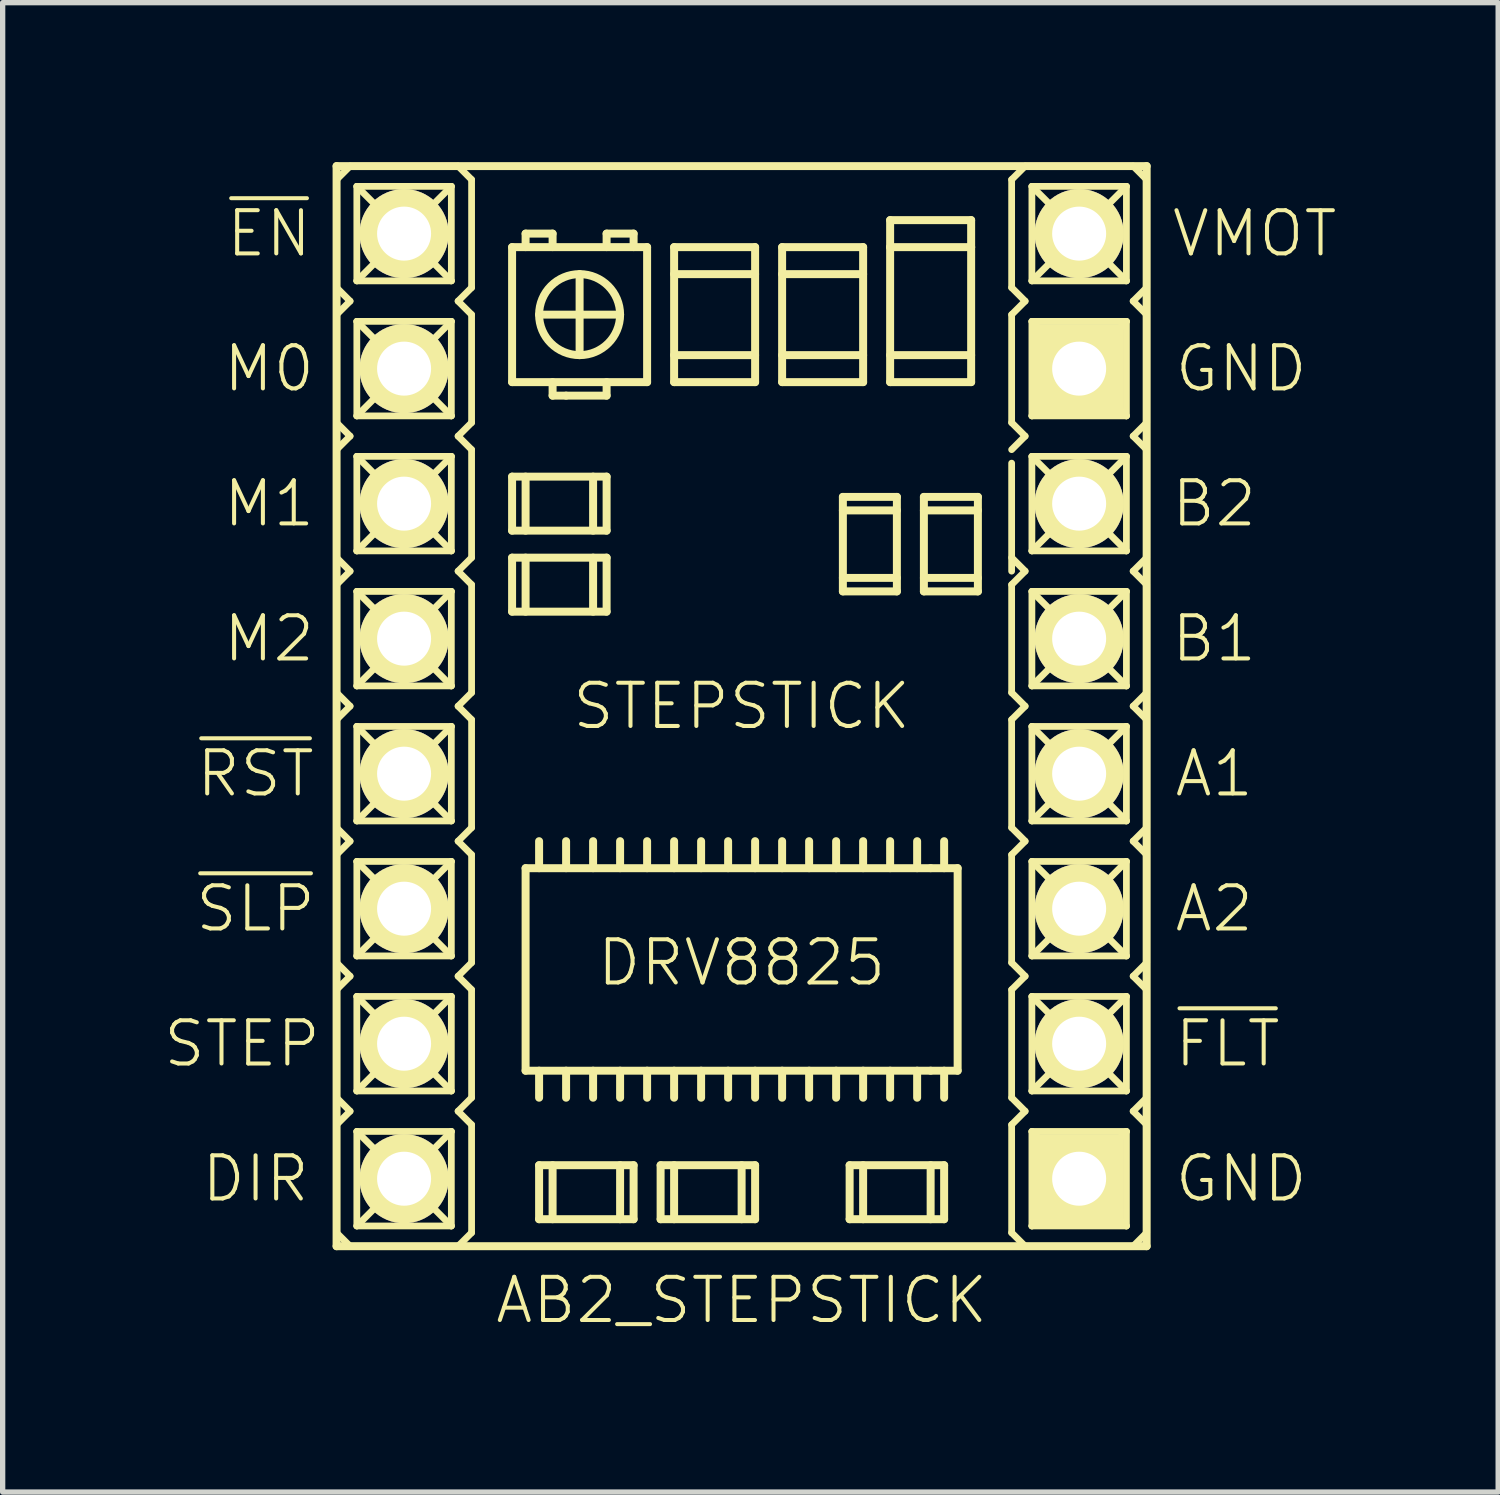
<source format=kicad_pcb>
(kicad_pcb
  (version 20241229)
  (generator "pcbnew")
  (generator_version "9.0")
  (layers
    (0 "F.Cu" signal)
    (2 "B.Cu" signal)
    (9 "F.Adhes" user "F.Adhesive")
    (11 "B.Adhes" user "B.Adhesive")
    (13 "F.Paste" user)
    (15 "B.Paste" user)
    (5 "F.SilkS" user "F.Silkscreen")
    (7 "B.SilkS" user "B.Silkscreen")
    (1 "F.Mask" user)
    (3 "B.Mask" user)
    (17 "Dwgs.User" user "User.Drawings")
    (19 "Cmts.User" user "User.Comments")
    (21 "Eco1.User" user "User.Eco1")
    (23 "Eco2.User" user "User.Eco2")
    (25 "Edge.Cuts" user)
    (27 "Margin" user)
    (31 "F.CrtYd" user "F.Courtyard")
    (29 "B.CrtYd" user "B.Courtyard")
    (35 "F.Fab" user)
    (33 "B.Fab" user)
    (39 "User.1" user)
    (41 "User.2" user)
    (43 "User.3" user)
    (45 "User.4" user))
  (footprint "AB2_STEPSTICK"
    (layer "F.Cu")
    (at 10.902 10.235)
    (property "Reference" "AB2_STEPSTICK" (at 0 11.176 0) (layer "F.SilkS") (effects (font (size 0.813 0.813) (thickness 0.076))))
    (attr through_hole)
    (fp_line (start -7.62 -10.16) (end 7.62 -10.16) (stroke (width 0.15) (type solid)) (layer "F.SilkS"))
    (fp_line (start -7.62 -9.906) (end -7.366 -10.16) (stroke (width 0.127) (type solid)) (layer "F.SilkS"))
    (fp_line (start -7.62 -7.874) (end -7.62 -9.906) (stroke (width 0.127) (type solid)) (layer "F.SilkS"))
    (fp_line (start -7.62 -7.366) (end -7.366 -7.62) (stroke (width 0.127) (type solid)) (layer "F.SilkS"))
    (fp_line (start -7.62 -5.334) (end -7.62 -7.366) (stroke (width 0.127) (type solid)) (layer "F.SilkS"))
    (fp_line (start -7.62 -4.826) (end -7.366 -5.08) (stroke (width 0.127) (type solid)) (layer "F.SilkS"))
    (fp_line (start -7.62 -2.794) (end -7.62 -4.826) (stroke (width 0.127) (type solid)) (layer "F.SilkS"))
    (fp_line (start -7.62 -2.286) (end -7.366 -2.54) (stroke (width 0.127) (type solid)) (layer "F.SilkS"))
    (fp_line (start -7.62 -0.254) (end -7.62 -2.286) (stroke (width 0.127) (type solid)) (layer "F.SilkS"))
    (fp_line (start -7.62 0.254) (end -7.366 0) (stroke (width 0.127) (type solid)) (layer "F.SilkS"))
    (fp_line (start -7.62 2.286) (end -7.62 0.254) (stroke (width 0.127) (type solid)) (layer "F.SilkS"))
    (fp_line (start -7.62 2.794) (end -7.366 2.54) (stroke (width 0.127) (type solid)) (layer "F.SilkS"))
    (fp_line (start -7.62 4.826) (end -7.62 2.794) (stroke (width 0.127) (type solid)) (layer "F.SilkS"))
    (fp_line (start -7.62 5.334) (end -7.366 5.08) (stroke (width 0.127) (type solid)) (layer "F.SilkS"))
    (fp_line (start -7.62 7.366) (end -7.62 5.334) (stroke (width 0.127) (type solid)) (layer "F.SilkS"))
    (fp_line (start -7.62 7.874) (end -7.366 7.62) (stroke (width 0.127) (type solid)) (layer "F.SilkS"))
    (fp_line (start -7.62 9.906) (end -7.62 7.874) (stroke (width 0.127) (type solid)) (layer "F.SilkS"))
    (fp_line (start -7.62 10.16) (end -7.62 -10.16) (stroke (width 0.15) (type solid)) (layer "F.SilkS"))
    (fp_line (start -7.366 -10.16) (end -5.334 -10.16) (stroke (width 0.127) (type solid)) (layer "F.SilkS"))
    (fp_line (start -7.366 -7.62) (end -7.62 -7.874) (stroke (width 0.127) (type solid)) (layer "F.SilkS"))
    (fp_line (start -7.366 -5.08) (end -7.62 -5.334) (stroke (width 0.127) (type solid)) (layer "F.SilkS"))
    (fp_line (start -7.366 -2.54) (end -7.62 -2.794) (stroke (width 0.127) (type solid)) (layer "F.SilkS"))
    (fp_line (start -7.366 0) (end -7.62 -0.254) (stroke (width 0.127) (type solid)) (layer "F.SilkS"))
    (fp_line (start -7.366 2.54) (end -7.62 2.286) (stroke (width 0.127) (type solid)) (layer "F.SilkS"))
    (fp_line (start -7.366 5.08) (end -7.62 4.826) (stroke (width 0.127) (type solid)) (layer "F.SilkS"))
    (fp_line (start -7.366 7.62) (end -7.62 7.366) (stroke (width 0.127) (type solid)) (layer "F.SilkS"))
    (fp_line (start -7.366 10.16) (end -7.62 9.906) (stroke (width 0.127) (type solid)) (layer "F.SilkS"))
    (fp_line (start -7.366 10.16) (end -5.334 10.16) (stroke (width 0.127) (type solid)) (layer "F.SilkS"))
    (fp_line (start -7.239 -9.779) (end -5.461 -9.779) (stroke (width 0.127) (type solid)) (layer "F.SilkS"))
    (fp_line (start -7.239 -8.001) (end -7.239 -9.779) (stroke (width 0.127) (type solid)) (layer "F.SilkS"))
    (fp_line (start -7.239 -7.239) (end -5.461 -7.239) (stroke (width 0.127) (type solid)) (layer "F.SilkS"))
    (fp_line (start -7.239 -5.461) (end -7.239 -7.239) (stroke (width 0.127) (type solid)) (layer "F.SilkS"))
    (fp_line (start -7.239 -4.699) (end -5.461 -4.699) (stroke (width 0.127) (type solid)) (layer "F.SilkS"))
    (fp_line (start -7.239 -2.921) (end -7.239 -4.699) (stroke (width 0.127) (type solid)) (layer "F.SilkS"))
    (fp_line (start -7.239 -2.159) (end -5.461 -2.159) (stroke (width 0.127) (type solid)) (layer "F.SilkS"))
    (fp_line (start -7.239 -0.381) (end -7.239 -2.159) (stroke (width 0.127) (type solid)) (layer "F.SilkS"))
    (fp_line (start -7.239 0.381) (end -5.461 0.381) (stroke (width 0.127) (type solid)) (layer "F.SilkS"))
    (fp_line (start -7.239 2.159) (end -7.239 0.381) (stroke (width 0.127) (type solid)) (layer "F.SilkS"))
    (fp_line (start -7.239 2.921) (end -5.461 2.921) (stroke (width 0.127) (type solid)) (layer "F.SilkS"))
    (fp_line (start -7.239 4.699) (end -7.239 2.921) (stroke (width 0.127) (type solid)) (layer "F.SilkS"))
    (fp_line (start -7.239 5.461) (end -5.461 5.461) (stroke (width 0.127) (type solid)) (layer "F.SilkS"))
    (fp_line (start -7.239 7.239) (end -7.239 5.461) (stroke (width 0.127) (type solid)) (layer "F.SilkS"))
    (fp_line (start -7.239 8.001) (end -5.461 8.001) (stroke (width 0.127) (type solid)) (layer "F.SilkS"))
    (fp_line (start -7.239 9.779) (end -7.239 8.001) (stroke (width 0.127) (type solid)) (layer "F.SilkS"))
    (fp_line (start -6.858 -9.398) (end -7.239 -9.779) (stroke (width 0.127) (type solid)) (layer "F.SilkS"))
    (fp_line (start -6.858 -9.398) (end -5.842 -9.398) (stroke (width 0.127) (type solid)) (layer "F.SilkS"))
    (fp_line (start -6.858 -8.382) (end -7.239 -8.001) (stroke (width 0.127) (type solid)) (layer "F.SilkS"))
    (fp_line (start -6.858 -8.382) (end -6.858 -9.398) (stroke (width 0.127) (type solid)) (layer "F.SilkS"))
    (fp_line (start -6.858 -6.858) (end -7.239 -7.239) (stroke (width 0.127) (type solid)) (layer "F.SilkS"))
    (fp_line (start -6.858 -6.858) (end -5.842 -6.858) (stroke (width 0.127) (type solid)) (layer "F.SilkS"))
    (fp_line (start -6.858 -5.842) (end -7.239 -5.461) (stroke (width 0.127) (type solid)) (layer "F.SilkS"))
    (fp_line (start -6.858 -5.842) (end -6.858 -6.858) (stroke (width 0.127) (type solid)) (layer "F.SilkS"))
    (fp_line (start -6.858 -4.318) (end -7.239 -4.699) (stroke (width 0.127) (type solid)) (layer "F.SilkS"))
    (fp_line (start -6.858 -4.318) (end -5.842 -4.318) (stroke (width 0.127) (type solid)) (layer "F.SilkS"))
    (fp_line (start -6.858 -3.302) (end -7.239 -2.921) (stroke (width 0.127) (type solid)) (layer "F.SilkS"))
    (fp_line (start -6.858 -3.302) (end -6.858 -4.318) (stroke (width 0.127) (type solid)) (layer "F.SilkS"))
    (fp_line (start -6.858 -1.778) (end -7.239 -2.159) (stroke (width 0.127) (type solid)) (layer "F.SilkS"))
    (fp_line (start -6.858 -1.778) (end -5.842 -1.778) (stroke (width 0.127) (type solid)) (layer "F.SilkS"))
    (fp_line (start -6.858 -0.762) (end -7.239 -0.381) (stroke (width 0.127) (type solid)) (layer "F.SilkS"))
    (fp_line (start -6.858 -0.762) (end -6.858 -1.778) (stroke (width 0.127) (type solid)) (layer "F.SilkS"))
    (fp_line (start -6.858 0.762) (end -7.239 0.381) (stroke (width 0.127) (type solid)) (layer "F.SilkS"))
    (fp_line (start -6.858 0.762) (end -5.842 0.762) (stroke (width 0.127) (type solid)) (layer "F.SilkS"))
    (fp_line (start -6.858 1.778) (end -7.239 2.159) (stroke (width 0.127) (type solid)) (layer "F.SilkS"))
    (fp_line (start -6.858 1.778) (end -6.858 0.762) (stroke (width 0.127) (type solid)) (layer "F.SilkS"))
    (fp_line (start -6.858 3.302) (end -7.239 2.921) (stroke (width 0.127) (type solid)) (layer "F.SilkS"))
    (fp_line (start -6.858 3.302) (end -5.842 3.302) (stroke (width 0.127) (type solid)) (layer "F.SilkS"))
    (fp_line (start -6.858 4.318) (end -7.239 4.699) (stroke (width 0.127) (type solid)) (layer "F.SilkS"))
    (fp_line (start -6.858 4.318) (end -6.858 3.302) (stroke (width 0.127) (type solid)) (layer "F.SilkS"))
    (fp_line (start -6.858 5.842) (end -7.239 5.461) (stroke (width 0.127) (type solid)) (layer "F.SilkS"))
    (fp_line (start -6.858 5.842) (end -5.842 5.842) (stroke (width 0.127) (type solid)) (layer "F.SilkS"))
    (fp_line (start -6.858 6.858) (end -7.239 7.239) (stroke (width 0.127) (type solid)) (layer "F.SilkS"))
    (fp_line (start -6.858 6.858) (end -6.858 5.842) (stroke (width 0.127) (type solid)) (layer "F.SilkS"))
    (fp_line (start -6.858 8.382) (end -7.239 8.001) (stroke (width 0.127) (type solid)) (layer "F.SilkS"))
    (fp_line (start -6.858 8.382) (end -5.842 8.382) (stroke (width 0.127) (type solid)) (layer "F.SilkS"))
    (fp_line (start -6.858 9.398) (end -7.239 9.779) (stroke (width 0.127) (type solid)) (layer "F.SilkS"))
    (fp_line (start -6.858 9.398) (end -6.858 8.382) (stroke (width 0.127) (type solid)) (layer "F.SilkS"))
    (fp_line (start -5.842 -9.398) (end -5.842 -8.382) (stroke (width 0.127) (type solid)) (layer "F.SilkS"))
    (fp_line (start -5.842 -9.398) (end -5.461 -9.779) (stroke (width 0.127) (type solid)) (layer "F.SilkS"))
    (fp_line (start -5.842 -8.382) (end -6.858 -8.382) (stroke (width 0.127) (type solid)) (layer "F.SilkS"))
    (fp_line (start -5.842 -8.382) (end -5.461 -8.001) (stroke (width 0.127) (type solid)) (layer "F.SilkS"))
    (fp_line (start -5.842 -6.858) (end -5.842 -5.842) (stroke (width 0.127) (type solid)) (layer "F.SilkS"))
    (fp_line (start -5.842 -6.858) (end -5.461 -7.239) (stroke (width 0.127) (type solid)) (layer "F.SilkS"))
    (fp_line (start -5.842 -5.842) (end -6.858 -5.842) (stroke (width 0.127) (type solid)) (layer "F.SilkS"))
    (fp_line (start -5.842 -5.842) (end -5.461 -5.461) (stroke (width 0.127) (type solid)) (layer "F.SilkS"))
    (fp_line (start -5.842 -4.318) (end -5.842 -3.302) (stroke (width 0.127) (type solid)) (layer "F.SilkS"))
    (fp_line (start -5.842 -4.318) (end -5.461 -4.699) (stroke (width 0.127) (type solid)) (layer "F.SilkS"))
    (fp_line (start -5.842 -3.302) (end -6.858 -3.302) (stroke (width 0.127) (type solid)) (layer "F.SilkS"))
    (fp_line (start -5.842 -3.302) (end -5.461 -2.921) (stroke (width 0.127) (type solid)) (layer "F.SilkS"))
    (fp_line (start -5.842 -1.778) (end -5.842 -0.762) (stroke (width 0.127) (type solid)) (layer "F.SilkS"))
    (fp_line (start -5.842 -1.778) (end -5.461 -2.159) (stroke (width 0.127) (type solid)) (layer "F.SilkS"))
    (fp_line (start -5.842 -0.762) (end -6.858 -0.762) (stroke (width 0.127) (type solid)) (layer "F.SilkS"))
    (fp_line (start -5.842 -0.762) (end -5.461 -0.381) (stroke (width 0.127) (type solid)) (layer "F.SilkS"))
    (fp_line (start -5.842 0.762) (end -5.842 1.778) (stroke (width 0.127) (type solid)) (layer "F.SilkS"))
    (fp_line (start -5.842 0.762) (end -5.461 0.381) (stroke (width 0.127) (type solid)) (layer "F.SilkS"))
    (fp_line (start -5.842 1.778) (end -6.858 1.778) (stroke (width 0.127) (type solid)) (layer "F.SilkS"))
    (fp_line (start -5.842 1.778) (end -5.461 2.159) (stroke (width 0.127) (type solid)) (layer "F.SilkS"))
    (fp_line (start -5.842 3.302) (end -5.842 4.318) (stroke (width 0.127) (type solid)) (layer "F.SilkS"))
    (fp_line (start -5.842 3.302) (end -5.461 2.921) (stroke (width 0.127) (type solid)) (layer "F.SilkS"))
    (fp_line (start -5.842 4.318) (end -6.858 4.318) (stroke (width 0.127) (type solid)) (layer "F.SilkS"))
    (fp_line (start -5.842 4.318) (end -5.461 4.699) (stroke (width 0.127) (type solid)) (layer "F.SilkS"))
    (fp_line (start -5.842 5.842) (end -5.842 6.858) (stroke (width 0.127) (type solid)) (layer "F.SilkS"))
    (fp_line (start -5.842 5.842) (end -5.461 5.461) (stroke (width 0.127) (type solid)) (layer "F.SilkS"))
    (fp_line (start -5.842 6.858) (end -6.858 6.858) (stroke (width 0.127) (type solid)) (layer "F.SilkS"))
    (fp_line (start -5.842 6.858) (end -5.461 7.239) (stroke (width 0.127) (type solid)) (layer "F.SilkS"))
    (fp_line (start -5.842 8.382) (end -5.842 9.398) (stroke (width 0.127) (type solid)) (layer "F.SilkS"))
    (fp_line (start -5.842 8.382) (end -5.461 8.001) (stroke (width 0.127) (type solid)) (layer "F.SilkS"))
    (fp_line (start -5.842 9.398) (end -6.858 9.398) (stroke (width 0.127) (type solid)) (layer "F.SilkS"))
    (fp_line (start -5.842 9.398) (end -5.461 9.779) (stroke (width 0.127) (type solid)) (layer "F.SilkS"))
    (fp_line (start -5.461 -9.779) (end -5.461 -8.001) (stroke (width 0.127) (type solid)) (layer "F.SilkS"))
    (fp_line (start -5.461 -8.001) (end -7.239 -8.001) (stroke (width 0.127) (type solid)) (layer "F.SilkS"))
    (fp_line (start -5.461 -7.239) (end -5.461 -5.461) (stroke (width 0.127) (type solid)) (layer "F.SilkS"))
    (fp_line (start -5.461 -5.461) (end -7.239 -5.461) (stroke (width 0.127) (type solid)) (layer "F.SilkS"))
    (fp_line (start -5.461 -4.699) (end -5.461 -2.921) (stroke (width 0.127) (type solid)) (layer "F.SilkS"))
    (fp_line (start -5.461 -2.921) (end -7.239 -2.921) (stroke (width 0.127) (type solid)) (layer "F.SilkS"))
    (fp_line (start -5.461 -2.159) (end -5.461 -0.381) (stroke (width 0.127) (type solid)) (layer "F.SilkS"))
    (fp_line (start -5.461 -0.381) (end -7.239 -0.381) (stroke (width 0.127) (type solid)) (layer "F.SilkS"))
    (fp_line (start -5.461 0.381) (end -5.461 2.159) (stroke (width 0.127) (type solid)) (layer "F.SilkS"))
    (fp_line (start -5.461 2.159) (end -7.239 2.159) (stroke (width 0.127) (type solid)) (layer "F.SilkS"))
    (fp_line (start -5.461 2.921) (end -5.461 4.699) (stroke (width 0.127) (type solid)) (layer "F.SilkS"))
    (fp_line (start -5.461 4.699) (end -7.239 4.699) (stroke (width 0.127) (type solid)) (layer "F.SilkS"))
    (fp_line (start -5.461 5.461) (end -5.461 7.239) (stroke (width 0.127) (type solid)) (layer "F.SilkS"))
    (fp_line (start -5.461 7.239) (end -7.239 7.239) (stroke (width 0.127) (type solid)) (layer "F.SilkS"))
    (fp_line (start -5.461 8.001) (end -5.461 9.779) (stroke (width 0.127) (type solid)) (layer "F.SilkS"))
    (fp_line (start -5.461 9.779) (end -7.239 9.779) (stroke (width 0.127) (type solid)) (layer "F.SilkS"))
    (fp_line (start -5.334 -10.16) (end -5.08 -9.906) (stroke (width 0.127) (type solid)) (layer "F.SilkS"))
    (fp_line (start -5.334 -7.62) (end -5.08 -7.366) (stroke (width 0.127) (type solid)) (layer "F.SilkS"))
    (fp_line (start -5.334 -5.08) (end -5.08 -4.826) (stroke (width 0.127) (type solid)) (layer "F.SilkS"))
    (fp_line (start -5.334 -2.54) (end -5.08 -2.286) (stroke (width 0.127) (type solid)) (layer "F.SilkS"))
    (fp_line (start -5.334 0) (end -5.08 0.254) (stroke (width 0.127) (type solid)) (layer "F.SilkS"))
    (fp_line (start -5.334 2.54) (end -5.08 2.794) (stroke (width 0.127) (type solid)) (layer "F.SilkS"))
    (fp_line (start -5.334 5.08) (end -5.08 5.334) (stroke (width 0.127) (type solid)) (layer "F.SilkS"))
    (fp_line (start -5.334 7.62) (end -5.08 7.874) (stroke (width 0.127) (type solid)) (layer "F.SilkS"))
    (fp_line (start -5.08 -9.906) (end -5.08 -7.874) (stroke (width 0.127) (type solid)) (layer "F.SilkS"))
    (fp_line (start -5.08 -7.874) (end -5.334 -7.62) (stroke (width 0.127) (type solid)) (layer "F.SilkS"))
    (fp_line (start -5.08 -7.366) (end -5.08 -5.334) (stroke (width 0.127) (type solid)) (layer "F.SilkS"))
    (fp_line (start -5.08 -5.334) (end -5.334 -5.08) (stroke (width 0.127) (type solid)) (layer "F.SilkS"))
    (fp_line (start -5.08 -4.826) (end -5.08 -2.794) (stroke (width 0.127) (type solid)) (layer "F.SilkS"))
    (fp_line (start -5.08 -2.794) (end -5.334 -2.54) (stroke (width 0.127) (type solid)) (layer "F.SilkS"))
    (fp_line (start -5.08 -2.286) (end -5.08 -0.254) (stroke (width 0.127) (type solid)) (layer "F.SilkS"))
    (fp_line (start -5.08 -0.254) (end -5.334 0) (stroke (width 0.127) (type solid)) (layer "F.SilkS"))
    (fp_line (start -5.08 0.254) (end -5.08 2.286) (stroke (width 0.127) (type solid)) (layer "F.SilkS"))
    (fp_line (start -5.08 2.286) (end -5.334 2.54) (stroke (width 0.127) (type solid)) (layer "F.SilkS"))
    (fp_line (start -5.08 2.794) (end -5.08 4.826) (stroke (width 0.127) (type solid)) (layer "F.SilkS"))
    (fp_line (start -5.08 4.826) (end -5.334 5.08) (stroke (width 0.127) (type solid)) (layer "F.SilkS"))
    (fp_line (start -5.08 5.334) (end -5.08 7.366) (stroke (width 0.127) (type solid)) (layer "F.SilkS"))
    (fp_line (start -5.08 7.366) (end -5.334 7.62) (stroke (width 0.127) (type solid)) (layer "F.SilkS"))
    (fp_line (start -5.08 7.874) (end -5.08 9.906) (stroke (width 0.127) (type solid)) (layer "F.SilkS"))
    (fp_line (start -5.08 9.906) (end -5.334 10.16) (stroke (width 0.127) (type solid)) (layer "F.SilkS"))
    (fp_line (start -4.318 -8.636) (end -1.778 -8.636) (stroke (width 0.15) (type solid)) (layer "F.SilkS"))
    (fp_line (start -4.318 -6.096) (end -4.318 -8.636) (stroke (width 0.15) (type solid)) (layer "F.SilkS"))
    (fp_line (start -4.318 -4.318) (end -2.54 -4.318) (stroke (width 0.15) (type solid)) (layer "F.SilkS"))
    (fp_line (start -4.318 -3.302) (end -4.318 -4.318) (stroke (width 0.15) (type solid)) (layer "F.SilkS"))
    (fp_line (start -4.318 -2.794) (end -2.54 -2.794) (stroke (width 0.15) (type solid)) (layer "F.SilkS"))
    (fp_line (start -4.318 -1.778) (end -4.318 -2.794) (stroke (width 0.15) (type solid)) (layer "F.SilkS"))
    (fp_line (start -4.064 -8.89) (end -3.556 -8.89) (stroke (width 0.15) (type solid)) (layer "F.SilkS"))
    (fp_line (start -4.064 -8.636) (end -4.064 -8.89) (stroke (width 0.15) (type solid)) (layer "F.SilkS"))
    (fp_line (start -4.064 -4.318) (end -4.064 -3.302) (stroke (width 0.15) (type solid)) (layer "F.SilkS"))
    (fp_line (start -4.064 -2.794) (end -4.064 -1.778) (stroke (width 0.15) (type solid)) (layer "F.SilkS"))
    (fp_line (start -4.064 3.048) (end 3.556 3.048) (stroke (width 0.15) (type solid)) (layer "F.SilkS"))
    (fp_line (start -4.064 6.858) (end -4.064 3.048) (stroke (width 0.15) (type solid)) (layer "F.SilkS"))
    (fp_line (start -3.81 -7.366) (end -2.286 -7.366) (stroke (width 0.15) (type solid)) (layer "F.SilkS"))
    (fp_line (start -3.81 3.048) (end -3.81 2.54) (stroke (width 0.15) (type solid)) (layer "F.SilkS"))
    (fp_line (start -3.81 7.366) (end -3.81 6.858) (stroke (width 0.15) (type solid)) (layer "F.SilkS"))
    (fp_line (start -3.81 8.636) (end -2.032 8.636) (stroke (width 0.15) (type solid)) (layer "F.SilkS"))
    (fp_line (start -3.81 9.652) (end -3.81 8.636) (stroke (width 0.15) (type solid)) (layer "F.SilkS"))
    (fp_line (start -3.556 -8.89) (end -3.556 -8.636) (stroke (width 0.15) (type solid)) (layer "F.SilkS"))
    (fp_line (start -3.556 -5.842) (end -3.556 -6.096) (stroke (width 0.15) (type solid)) (layer "F.SilkS"))
    (fp_line (start -3.556 8.636) (end -3.556 9.652) (stroke (width 0.15) (type solid)) (layer "F.SilkS"))
    (fp_line (start -3.302 -5.842) (end -3.556 -5.842) (stroke (width 0.15) (type solid)) (layer "F.SilkS"))
    (fp_line (start -3.302 -5.842) (end -2.54 -5.842) (stroke (width 0.15) (type solid)) (layer "F.SilkS"))
    (fp_line (start -3.302 3.048) (end -3.302 2.54) (stroke (width 0.15) (type solid)) (layer "F.SilkS"))
    (fp_line (start -3.302 7.366) (end -3.302 6.858) (stroke (width 0.15) (type solid)) (layer "F.SilkS"))
    (fp_line (start -3.048 -8.128) (end -3.048 -6.604) (stroke (width 0.15) (type solid)) (layer "F.SilkS"))
    (fp_line (start -2.794 -4.318) (end -2.794 -3.302) (stroke (width 0.15) (type solid)) (layer "F.SilkS"))
    (fp_line (start -2.794 -2.794) (end -2.794 -1.778) (stroke (width 0.15) (type solid)) (layer "F.SilkS"))
    (fp_line (start -2.794 3.048) (end -2.794 2.54) (stroke (width 0.15) (type solid)) (layer "F.SilkS"))
    (fp_line (start -2.794 7.366) (end -2.794 6.858) (stroke (width 0.15) (type solid)) (layer "F.SilkS"))
    (fp_line (start -2.54 -8.89) (end -2.032 -8.89) (stroke (width 0.15) (type solid)) (layer "F.SilkS"))
    (fp_line (start -2.54 -8.636) (end -2.54 -8.89) (stroke (width 0.15) (type solid)) (layer "F.SilkS"))
    (fp_line (start -2.54 -5.842) (end -2.54 -6.096) (stroke (width 0.15) (type solid)) (layer "F.SilkS"))
    (fp_line (start -2.54 -4.318) (end -2.54 -3.302) (stroke (width 0.15) (type solid)) (layer "F.SilkS"))
    (fp_line (start -2.54 -3.302) (end -4.318 -3.302) (stroke (width 0.15) (type solid)) (layer "F.SilkS"))
    (fp_line (start -2.54 -2.794) (end -2.54 -1.778) (stroke (width 0.15) (type solid)) (layer "F.SilkS"))
    (fp_line (start -2.54 -1.778) (end -4.318 -1.778) (stroke (width 0.15) (type solid)) (layer "F.SilkS"))
    (fp_line (start -2.286 3.048) (end -2.286 2.54) (stroke (width 0.15) (type solid)) (layer "F.SilkS"))
    (fp_line (start -2.286 7.366) (end -2.286 6.858) (stroke (width 0.15) (type solid)) (layer "F.SilkS"))
    (fp_line (start -2.286 8.636) (end -2.286 9.652) (stroke (width 0.15) (type solid)) (layer "F.SilkS"))
    (fp_line (start -2.032 -8.89) (end -2.032 -8.636) (stroke (width 0.15) (type solid)) (layer "F.SilkS"))
    (fp_line (start -2.032 8.636) (end -2.032 9.652) (stroke (width 0.15) (type solid)) (layer "F.SilkS"))
    (fp_line (start -2.032 9.652) (end -3.81 9.652) (stroke (width 0.15) (type solid)) (layer "F.SilkS"))
    (fp_line (start -1.778 -8.636) (end -1.778 -6.096) (stroke (width 0.15) (type solid)) (layer "F.SilkS"))
    (fp_line (start -1.778 -6.096) (end -4.318 -6.096) (stroke (width 0.15) (type solid)) (layer "F.SilkS"))
    (fp_line (start -1.778 3.048) (end -1.778 2.54) (stroke (width 0.15) (type solid)) (layer "F.SilkS"))
    (fp_line (start -1.778 7.366) (end -1.778 6.858) (stroke (width 0.15) (type solid)) (layer "F.SilkS"))
    (fp_line (start -1.524 8.636) (end 0.254 8.636) (stroke (width 0.15) (type solid)) (layer "F.SilkS"))
    (fp_line (start -1.524 9.652) (end -1.524 8.636) (stroke (width 0.15) (type solid)) (layer "F.SilkS"))
    (fp_line (start -1.27 -8.636) (end 0.254 -8.636) (stroke (width 0.15) (type solid)) (layer "F.SilkS"))
    (fp_line (start -1.27 -8.128) (end 0.254 -8.128) (stroke (width 0.15) (type solid)) (layer "F.SilkS"))
    (fp_line (start -1.27 -6.604) (end 0.254 -6.604) (stroke (width 0.15) (type solid)) (layer "F.SilkS"))
    (fp_line (start -1.27 -6.096) (end -1.27 -8.636) (stroke (width 0.15) (type solid)) (layer "F.SilkS"))
    (fp_line (start -1.27 3.048) (end -1.27 2.54) (stroke (width 0.15) (type solid)) (layer "F.SilkS"))
    (fp_line (start -1.27 7.366) (end -1.27 6.858) (stroke (width 0.15) (type solid)) (layer "F.SilkS"))
    (fp_line (start -1.27 8.636) (end -1.27 9.652) (stroke (width 0.15) (type solid)) (layer "F.SilkS"))
    (fp_line (start -0.762 3.048) (end -0.762 2.54) (stroke (width 0.15) (type solid)) (layer "F.SilkS"))
    (fp_line (start -0.762 7.366) (end -0.762 6.858) (stroke (width 0.15) (type solid)) (layer "F.SilkS"))
    (fp_line (start -0.254 3.048) (end -0.254 2.54) (stroke (width 0.15) (type solid)) (layer "F.SilkS"))
    (fp_line (start -0.254 7.366) (end -0.254 6.858) (stroke (width 0.15) (type solid)) (layer "F.SilkS"))
    (fp_line (start 0 8.636) (end 0 9.652) (stroke (width 0.15) (type solid)) (layer "F.SilkS"))
    (fp_line (start 0.254 -8.636) (end 0.254 -6.096) (stroke (width 0.15) (type solid)) (layer "F.SilkS"))
    (fp_line (start 0.254 -6.096) (end -1.27 -6.096) (stroke (width 0.15) (type solid)) (layer "F.SilkS"))
    (fp_line (start 0.254 3.048) (end 0.254 2.54) (stroke (width 0.15) (type solid)) (layer "F.SilkS"))
    (fp_line (start 0.254 7.366) (end 0.254 6.858) (stroke (width 0.15) (type solid)) (layer "F.SilkS"))
    (fp_line (start 0.254 8.636) (end 0.254 9.652) (stroke (width 0.15) (type solid)) (layer "F.SilkS"))
    (fp_line (start 0.254 9.652) (end -1.524 9.652) (stroke (width 0.15) (type solid)) (layer "F.SilkS"))
    (fp_line (start 0.762 -8.636) (end 2.286 -8.636) (stroke (width 0.15) (type solid)) (layer "F.SilkS"))
    (fp_line (start 0.762 -8.128) (end 2.286 -8.128) (stroke (width 0.15) (type solid)) (layer "F.SilkS"))
    (fp_line (start 0.762 -6.604) (end 2.286 -6.604) (stroke (width 0.15) (type solid)) (layer "F.SilkS"))
    (fp_line (start 0.762 -6.096) (end 0.762 -8.636) (stroke (width 0.15) (type solid)) (layer "F.SilkS"))
    (fp_line (start 0.762 3.048) (end 0.762 2.54) (stroke (width 0.15) (type solid)) (layer "F.SilkS"))
    (fp_line (start 0.762 7.366) (end 0.762 6.858) (stroke (width 0.15) (type solid)) (layer "F.SilkS"))
    (fp_line (start 1.27 3.048) (end 1.27 2.54) (stroke (width 0.15) (type solid)) (layer "F.SilkS"))
    (fp_line (start 1.27 7.366) (end 1.27 6.858) (stroke (width 0.15) (type solid)) (layer "F.SilkS"))
    (fp_line (start 1.778 3.048) (end 1.778 2.54) (stroke (width 0.15) (type solid)) (layer "F.SilkS"))
    (fp_line (start 1.778 7.366) (end 1.778 6.858) (stroke (width 0.15) (type solid)) (layer "F.SilkS"))
    (fp_line (start 1.905 -3.937) (end 2.921 -3.937) (stroke (width 0.15) (type solid)) (layer "F.SilkS"))
    (fp_line (start 1.905 -3.683) (end 2.921 -3.683) (stroke (width 0.15) (type solid)) (layer "F.SilkS"))
    (fp_line (start 1.905 -2.413) (end 2.921 -2.413) (stroke (width 0.15) (type solid)) (layer "F.SilkS"))
    (fp_line (start 1.905 -2.159) (end 1.905 -3.937) (stroke (width 0.15) (type solid)) (layer "F.SilkS"))
    (fp_line (start 2.032 8.636) (end 3.81 8.636) (stroke (width 0.15) (type solid)) (layer "F.SilkS"))
    (fp_line (start 2.032 9.652) (end 2.032 8.636) (stroke (width 0.15) (type solid)) (layer "F.SilkS"))
    (fp_line (start 2.286 -8.636) (end 2.286 -6.096) (stroke (width 0.15) (type solid)) (layer "F.SilkS"))
    (fp_line (start 2.286 -6.096) (end 0.762 -6.096) (stroke (width 0.15) (type solid)) (layer "F.SilkS"))
    (fp_line (start 2.286 3.048) (end 2.286 2.54) (stroke (width 0.15) (type solid)) (layer "F.SilkS"))
    (fp_line (start 2.286 7.366) (end 2.286 6.858) (stroke (width 0.15) (type solid)) (layer "F.SilkS"))
    (fp_line (start 2.286 8.636) (end 2.286 9.652) (stroke (width 0.15) (type solid)) (layer "F.SilkS"))
    (fp_line (start 2.794 -9.144) (end 4.318 -9.144) (stroke (width 0.15) (type solid)) (layer "F.SilkS"))
    (fp_line (start 2.794 -8.636) (end 2.794 -9.144) (stroke (width 0.15) (type solid)) (layer "F.SilkS"))
    (fp_line (start 2.794 -8.636) (end 4.318 -8.636) (stroke (width 0.15) (type solid)) (layer "F.SilkS"))
    (fp_line (start 2.794 -6.604) (end 4.318 -6.604) (stroke (width 0.15) (type solid)) (layer "F.SilkS"))
    (fp_line (start 2.794 -6.096) (end 2.794 -8.636) (stroke (width 0.15) (type solid)) (layer "F.SilkS"))
    (fp_line (start 2.794 3.048) (end 2.794 2.54) (stroke (width 0.15) (type solid)) (layer "F.SilkS"))
    (fp_line (start 2.794 7.366) (end 2.794 6.858) (stroke (width 0.15) (type solid)) (layer "F.SilkS"))
    (fp_line (start 2.921 -3.937) (end 2.921 -2.159) (stroke (width 0.15) (type solid)) (layer "F.SilkS"))
    (fp_line (start 2.921 -2.159) (end 1.905 -2.159) (stroke (width 0.15) (type solid)) (layer "F.SilkS"))
    (fp_line (start 3.302 3.048) (end 3.302 2.54) (stroke (width 0.15) (type solid)) (layer "F.SilkS"))
    (fp_line (start 3.302 7.366) (end 3.302 6.858) (stroke (width 0.15) (type solid)) (layer "F.SilkS"))
    (fp_line (start 3.429 -3.937) (end 4.445 -3.937) (stroke (width 0.15) (type solid)) (layer "F.SilkS"))
    (fp_line (start 3.429 -3.683) (end 4.445 -3.683) (stroke (width 0.15) (type solid)) (layer "F.SilkS"))
    (fp_line (start 3.429 -2.413) (end 4.445 -2.413) (stroke (width 0.15) (type solid)) (layer "F.SilkS"))
    (fp_line (start 3.429 -2.159) (end 3.429 -3.937) (stroke (width 0.15) (type solid)) (layer "F.SilkS"))
    (fp_line (start 3.556 6.858) (end -4.064 6.858) (stroke (width 0.15) (type solid)) (layer "F.SilkS"))
    (fp_line (start 3.556 6.858) (end 4.064 6.858) (stroke (width 0.15) (type solid)) (layer "F.SilkS"))
    (fp_line (start 3.556 8.636) (end 3.556 9.652) (stroke (width 0.15) (type solid)) (layer "F.SilkS"))
    (fp_line (start 3.81 3.048) (end 3.81 2.54) (stroke (width 0.15) (type solid)) (layer "F.SilkS"))
    (fp_line (start 3.81 7.366) (end 3.81 6.858) (stroke (width 0.15) (type solid)) (layer "F.SilkS"))
    (fp_line (start 3.81 8.636) (end 3.81 9.652) (stroke (width 0.15) (type solid)) (layer "F.SilkS"))
    (fp_line (start 3.81 9.652) (end 2.032 9.652) (stroke (width 0.15) (type solid)) (layer "F.SilkS"))
    (fp_line (start 4.064 3.048) (end 3.556 3.048) (stroke (width 0.15) (type solid)) (layer "F.SilkS"))
    (fp_line (start 4.064 3.048) (end 4.064 6.858) (stroke (width 0.15) (type solid)) (layer "F.SilkS"))
    (fp_line (start 4.318 -9.144) (end 4.318 -8.636) (stroke (width 0.15) (type solid)) (layer "F.SilkS"))
    (fp_line (start 4.318 -8.636) (end 4.318 -6.096) (stroke (width 0.15) (type solid)) (layer "F.SilkS"))
    (fp_line (start 4.318 -6.096) (end 2.794 -6.096) (stroke (width 0.15) (type solid)) (layer "F.SilkS"))
    (fp_line (start 4.445 -3.937) (end 4.445 -2.159) (stroke (width 0.15) (type solid)) (layer "F.SilkS"))
    (fp_line (start 4.445 -2.159) (end 3.429 -2.159) (stroke (width 0.15) (type solid)) (layer "F.SilkS"))
    (fp_line (start 5.08 -9.906) (end 5.334 -10.16) (stroke (width 0.127) (type solid)) (layer "F.SilkS"))
    (fp_line (start 5.08 -7.874) (end 5.08 -9.906) (stroke (width 0.127) (type solid)) (layer "F.SilkS"))
    (fp_line (start 5.08 -7.366) (end 5.334 -7.62) (stroke (width 0.127) (type solid)) (layer "F.SilkS"))
    (fp_line (start 5.08 -5.334) (end 5.08 -7.366) (stroke (width 0.127) (type solid)) (layer "F.SilkS"))
    (fp_line (start 5.08 -4.826) (end 5.334 -5.08) (stroke (width 0.127) (type solid)) (layer "F.SilkS"))
    (fp_line (start 5.08 -2.54) (end 5.08 -4.572) (stroke (width 0.127) (type solid)) (layer "F.SilkS"))
    (fp_line (start 5.08 -2.286) (end 5.334 -2.54) (stroke (width 0.127) (type solid)) (layer "F.SilkS"))
    (fp_line (start 5.08 -0.254) (end 5.08 -2.286) (stroke (width 0.127) (type solid)) (layer "F.SilkS"))
    (fp_line (start 5.08 0.254) (end 5.334 0) (stroke (width 0.127) (type solid)) (layer "F.SilkS"))
    (fp_line (start 5.08 2.286) (end 5.08 0.254) (stroke (width 0.127) (type solid)) (layer "F.SilkS"))
    (fp_line (start 5.08 2.794) (end 5.334 2.54) (stroke (width 0.127) (type solid)) (layer "F.SilkS"))
    (fp_line (start 5.08 4.826) (end 5.08 2.794) (stroke (width 0.127) (type solid)) (layer "F.SilkS"))
    (fp_line (start 5.08 5.334) (end 5.334 5.08) (stroke (width 0.127) (type solid)) (layer "F.SilkS"))
    (fp_line (start 5.08 7.366) (end 5.08 5.334) (stroke (width 0.127) (type solid)) (layer "F.SilkS"))
    (fp_line (start 5.08 7.874) (end 5.334 7.62) (stroke (width 0.127) (type solid)) (layer "F.SilkS"))
    (fp_line (start 5.08 9.906) (end 5.08 7.874) (stroke (width 0.127) (type solid)) (layer "F.SilkS"))
    (fp_line (start 5.334 -10.16) (end 7.366 -10.16) (stroke (width 0.127) (type solid)) (layer "F.SilkS"))
    (fp_line (start 5.334 -7.62) (end 5.08 -7.874) (stroke (width 0.127) (type solid)) (layer "F.SilkS"))
    (fp_line (start 5.334 -5.08) (end 5.08 -5.334) (stroke (width 0.127) (type solid)) (layer "F.SilkS"))
    (fp_line (start 5.334 -2.54) (end 5.08 -2.794) (stroke (width 0.127) (type solid)) (layer "F.SilkS"))
    (fp_line (start 5.334 0) (end 5.08 -0.254) (stroke (width 0.127) (type solid)) (layer "F.SilkS"))
    (fp_line (start 5.334 2.54) (end 5.08 2.286) (stroke (width 0.127) (type solid)) (layer "F.SilkS"))
    (fp_line (start 5.334 5.08) (end 5.08 4.826) (stroke (width 0.127) (type solid)) (layer "F.SilkS"))
    (fp_line (start 5.334 7.62) (end 5.08 7.366) (stroke (width 0.127) (type solid)) (layer "F.SilkS"))
    (fp_line (start 5.334 10.16) (end 5.08 9.906) (stroke (width 0.127) (type solid)) (layer "F.SilkS"))
    (fp_line (start 5.334 10.16) (end 7.366 10.16) (stroke (width 0.127) (type solid)) (layer "F.SilkS"))
    (fp_line (start 5.461 -9.779) (end 7.239 -9.779) (stroke (width 0.127) (type solid)) (layer "F.SilkS"))
    (fp_line (start 5.461 -8.001) (end 5.461 -9.779) (stroke (width 0.127) (type solid)) (layer "F.SilkS"))
    (fp_line (start 5.461 -7.239) (end 7.239 -7.239) (stroke (width 0.127) (type solid)) (layer "F.SilkS"))
    (fp_line (start 5.461 -5.461) (end 5.461 -7.239) (stroke (width 0.127) (type solid)) (layer "F.SilkS"))
    (fp_line (start 5.461 -4.699) (end 7.239 -4.699) (stroke (width 0.127) (type solid)) (layer "F.SilkS"))
    (fp_line (start 5.461 -2.921) (end 5.461 -4.699) (stroke (width 0.127) (type solid)) (layer "F.SilkS"))
    (fp_line (start 5.461 -2.159) (end 7.239 -2.159) (stroke (width 0.127) (type solid)) (layer "F.SilkS"))
    (fp_line (start 5.461 -0.381) (end 5.461 -2.159) (stroke (width 0.127) (type solid)) (layer "F.SilkS"))
    (fp_line (start 5.461 0.381) (end 7.239 0.381) (stroke (width 0.127) (type solid)) (layer "F.SilkS"))
    (fp_line (start 5.461 2.159) (end 5.461 0.381) (stroke (width 0.127) (type solid)) (layer "F.SilkS"))
    (fp_line (start 5.461 2.921) (end 7.239 2.921) (stroke (width 0.127) (type solid)) (layer "F.SilkS"))
    (fp_line (start 5.461 4.699) (end 5.461 2.921) (stroke (width 0.127) (type solid)) (layer "F.SilkS"))
    (fp_line (start 5.461 5.461) (end 7.239 5.461) (stroke (width 0.127) (type solid)) (layer "F.SilkS"))
    (fp_line (start 5.461 7.239) (end 5.461 5.461) (stroke (width 0.127) (type solid)) (layer "F.SilkS"))
    (fp_line (start 5.461 8.001) (end 7.239 8.001) (stroke (width 0.127) (type solid)) (layer "F.SilkS"))
    (fp_line (start 5.461 9.779) (end 5.461 8.001) (stroke (width 0.127) (type solid)) (layer "F.SilkS"))
    (fp_line (start 5.842 -9.398) (end 5.461 -9.779) (stroke (width 0.127) (type solid)) (layer "F.SilkS"))
    (fp_line (start 5.842 -9.398) (end 6.858 -9.398) (stroke (width 0.127) (type solid)) (layer "F.SilkS"))
    (fp_line (start 5.842 -8.382) (end 5.461 -8.001) (stroke (width 0.127) (type solid)) (layer "F.SilkS"))
    (fp_line (start 5.842 -8.382) (end 5.842 -9.398) (stroke (width 0.127) (type solid)) (layer "F.SilkS"))
    (fp_line (start 5.842 -6.858) (end 5.461 -7.239) (stroke (width 0.127) (type solid)) (layer "F.SilkS"))
    (fp_line (start 5.842 -6.858) (end 6.858 -6.858) (stroke (width 0.127) (type solid)) (layer "F.SilkS"))
    (fp_line (start 5.842 -5.842) (end 5.461 -5.461) (stroke (width 0.127) (type solid)) (layer "F.SilkS"))
    (fp_line (start 5.842 -5.842) (end 5.842 -6.858) (stroke (width 0.127) (type solid)) (layer "F.SilkS"))
    (fp_line (start 5.842 -4.318) (end 5.461 -4.699) (stroke (width 0.127) (type solid)) (layer "F.SilkS"))
    (fp_line (start 5.842 -4.318) (end 6.858 -4.318) (stroke (width 0.127) (type solid)) (layer "F.SilkS"))
    (fp_line (start 5.842 -3.302) (end 5.461 -2.921) (stroke (width 0.127) (type solid)) (layer "F.SilkS"))
    (fp_line (start 5.842 -3.302) (end 5.842 -4.318) (stroke (width 0.127) (type solid)) (layer "F.SilkS"))
    (fp_line (start 5.842 -1.778) (end 5.461 -2.159) (stroke (width 0.127) (type solid)) (layer "F.SilkS"))
    (fp_line (start 5.842 -1.778) (end 6.858 -1.778) (stroke (width 0.127) (type solid)) (layer "F.SilkS"))
    (fp_line (start 5.842 -0.762) (end 5.461 -0.381) (stroke (width 0.127) (type solid)) (layer "F.SilkS"))
    (fp_line (start 5.842 -0.762) (end 5.842 -1.778) (stroke (width 0.127) (type solid)) (layer "F.SilkS"))
    (fp_line (start 5.842 0.762) (end 5.461 0.381) (stroke (width 0.127) (type solid)) (layer "F.SilkS"))
    (fp_line (start 5.842 0.762) (end 6.858 0.762) (stroke (width 0.127) (type solid)) (layer "F.SilkS"))
    (fp_line (start 5.842 1.778) (end 5.461 2.159) (stroke (width 0.127) (type solid)) (layer "F.SilkS"))
    (fp_line (start 5.842 1.778) (end 5.842 0.762) (stroke (width 0.127) (type solid)) (layer "F.SilkS"))
    (fp_line (start 5.842 3.302) (end 5.461 2.921) (stroke (width 0.127) (type solid)) (layer "F.SilkS"))
    (fp_line (start 5.842 3.302) (end 6.858 3.302) (stroke (width 0.127) (type solid)) (layer "F.SilkS"))
    (fp_line (start 5.842 4.318) (end 5.461 4.699) (stroke (width 0.127) (type solid)) (layer "F.SilkS"))
    (fp_line (start 5.842 4.318) (end 5.842 3.302) (stroke (width 0.127) (type solid)) (layer "F.SilkS"))
    (fp_line (start 5.842 5.842) (end 5.461 5.461) (stroke (width 0.127) (type solid)) (layer "F.SilkS"))
    (fp_line (start 5.842 5.842) (end 6.858 5.842) (stroke (width 0.127) (type solid)) (layer "F.SilkS"))
    (fp_line (start 5.842 6.858) (end 5.461 7.239) (stroke (width 0.127) (type solid)) (layer "F.SilkS"))
    (fp_line (start 5.842 6.858) (end 5.842 5.842) (stroke (width 0.127) (type solid)) (layer "F.SilkS"))
    (fp_line (start 5.842 8.382) (end 5.461 8.001) (stroke (width 0.127) (type solid)) (layer "F.SilkS"))
    (fp_line (start 5.842 8.382) (end 6.858 8.382) (stroke (width 0.127) (type solid)) (layer "F.SilkS"))
    (fp_line (start 5.842 9.398) (end 5.461 9.779) (stroke (width 0.127) (type solid)) (layer "F.SilkS"))
    (fp_line (start 5.842 9.398) (end 5.842 8.382) (stroke (width 0.127) (type solid)) (layer "F.SilkS"))
    (fp_line (start 6.858 -9.398) (end 6.858 -8.382) (stroke (width 0.127) (type solid)) (layer "F.SilkS"))
    (fp_line (start 6.858 -9.398) (end 7.239 -9.779) (stroke (width 0.127) (type solid)) (layer "F.SilkS"))
    (fp_line (start 6.858 -8.382) (end 5.842 -8.382) (stroke (width 0.127) (type solid)) (layer "F.SilkS"))
    (fp_line (start 6.858 -8.382) (end 7.239 -8.001) (stroke (width 0.127) (type solid)) (layer "F.SilkS"))
    (fp_line (start 6.858 -6.858) (end 6.858 -5.842) (stroke (width 0.127) (type solid)) (layer "F.SilkS"))
    (fp_line (start 6.858 -6.858) (end 7.239 -7.239) (stroke (width 0.127) (type solid)) (layer "F.SilkS"))
    (fp_line (start 6.858 -5.842) (end 5.842 -5.842) (stroke (width 0.127) (type solid)) (layer "F.SilkS"))
    (fp_line (start 6.858 -5.842) (end 7.239 -5.461) (stroke (width 0.127) (type solid)) (layer "F.SilkS"))
    (fp_line (start 6.858 -4.318) (end 6.858 -3.302) (stroke (width 0.127) (type solid)) (layer "F.SilkS"))
    (fp_line (start 6.858 -4.318) (end 7.239 -4.699) (stroke (width 0.127) (type solid)) (layer "F.SilkS"))
    (fp_line (start 6.858 -3.302) (end 5.842 -3.302) (stroke (width 0.127) (type solid)) (layer "F.SilkS"))
    (fp_line (start 6.858 -3.302) (end 7.239 -2.921) (stroke (width 0.127) (type solid)) (layer "F.SilkS"))
    (fp_line (start 6.858 -1.778) (end 6.858 -0.762) (stroke (width 0.127) (type solid)) (layer "F.SilkS"))
    (fp_line (start 6.858 -1.778) (end 7.239 -2.159) (stroke (width 0.127) (type solid)) (layer "F.SilkS"))
    (fp_line (start 6.858 -0.762) (end 5.842 -0.762) (stroke (width 0.127) (type solid)) (layer "F.SilkS"))
    (fp_line (start 6.858 -0.762) (end 7.239 -0.381) (stroke (width 0.127) (type solid)) (layer "F.SilkS"))
    (fp_line (start 6.858 0.762) (end 6.858 1.778) (stroke (width 0.127) (type solid)) (layer "F.SilkS"))
    (fp_line (start 6.858 0.762) (end 7.239 0.381) (stroke (width 0.127) (type solid)) (layer "F.SilkS"))
    (fp_line (start 6.858 1.778) (end 5.842 1.778) (stroke (width 0.127) (type solid)) (layer "F.SilkS"))
    (fp_line (start 6.858 1.778) (end 7.239 2.159) (stroke (width 0.127) (type solid)) (layer "F.SilkS"))
    (fp_line (start 6.858 3.302) (end 6.858 4.318) (stroke (width 0.127) (type solid)) (layer "F.SilkS"))
    (fp_line (start 6.858 3.302) (end 7.239 2.921) (stroke (width 0.127) (type solid)) (layer "F.SilkS"))
    (fp_line (start 6.858 4.318) (end 5.842 4.318) (stroke (width 0.127) (type solid)) (layer "F.SilkS"))
    (fp_line (start 6.858 4.318) (end 7.239 4.699) (stroke (width 0.127) (type solid)) (layer "F.SilkS"))
    (fp_line (start 6.858 5.842) (end 6.858 6.858) (stroke (width 0.127) (type solid)) (layer "F.SilkS"))
    (fp_line (start 6.858 5.842) (end 7.239 5.461) (stroke (width 0.127) (type solid)) (layer "F.SilkS"))
    (fp_line (start 6.858 6.858) (end 5.842 6.858) (stroke (width 0.127) (type solid)) (layer "F.SilkS"))
    (fp_line (start 6.858 6.858) (end 7.239 7.239) (stroke (width 0.127) (type solid)) (layer "F.SilkS"))
    (fp_line (start 6.858 8.382) (end 6.858 9.398) (stroke (width 0.127) (type solid)) (layer "F.SilkS"))
    (fp_line (start 6.858 8.382) (end 7.239 8.001) (stroke (width 0.127) (type solid)) (layer "F.SilkS"))
    (fp_line (start 6.858 9.398) (end 5.842 9.398) (stroke (width 0.127) (type solid)) (layer "F.SilkS"))
    (fp_line (start 6.858 9.398) (end 7.239 9.779) (stroke (width 0.127) (type solid)) (layer "F.SilkS"))
    (fp_line (start 7.239 -9.779) (end 7.239 -8.001) (stroke (width 0.127) (type solid)) (layer "F.SilkS"))
    (fp_line (start 7.239 -8.001) (end 5.461 -8.001) (stroke (width 0.127) (type solid)) (layer "F.SilkS"))
    (fp_line (start 7.239 -7.239) (end 7.239 -5.461) (stroke (width 0.127) (type solid)) (layer "F.SilkS"))
    (fp_line (start 7.239 -5.461) (end 5.461 -5.461) (stroke (width 0.127) (type solid)) (layer "F.SilkS"))
    (fp_line (start 7.239 -4.699) (end 7.239 -2.921) (stroke (width 0.127) (type solid)) (layer "F.SilkS"))
    (fp_line (start 7.239 -2.921) (end 5.461 -2.921) (stroke (width 0.127) (type solid)) (layer "F.SilkS"))
    (fp_line (start 7.239 -2.159) (end 7.239 -0.381) (stroke (width 0.127) (type solid)) (layer "F.SilkS"))
    (fp_line (start 7.239 -0.381) (end 5.461 -0.381) (stroke (width 0.127) (type solid)) (layer "F.SilkS"))
    (fp_line (start 7.239 0.381) (end 7.239 2.159) (stroke (width 0.127) (type solid)) (layer "F.SilkS"))
    (fp_line (start 7.239 2.159) (end 5.461 2.159) (stroke (width 0.127) (type solid)) (layer "F.SilkS"))
    (fp_line (start 7.239 2.921) (end 7.239 4.699) (stroke (width 0.127) (type solid)) (layer "F.SilkS"))
    (fp_line (start 7.239 4.699) (end 5.461 4.699) (stroke (width 0.127) (type solid)) (layer "F.SilkS"))
    (fp_line (start 7.239 5.461) (end 7.239 7.239) (stroke (width 0.127) (type solid)) (layer "F.SilkS"))
    (fp_line (start 7.239 7.239) (end 5.461 7.239) (stroke (width 0.127) (type solid)) (layer "F.SilkS"))
    (fp_line (start 7.239 8.001) (end 7.239 9.779) (stroke (width 0.127) (type solid)) (layer "F.SilkS"))
    (fp_line (start 7.239 9.779) (end 5.461 9.779) (stroke (width 0.127) (type solid)) (layer "F.SilkS"))
    (fp_line (start 7.366 -10.16) (end 7.62 -9.906) (stroke (width 0.127) (type solid)) (layer "F.SilkS"))
    (fp_line (start 7.366 -7.62) (end 7.62 -7.366) (stroke (width 0.127) (type solid)) (layer "F.SilkS"))
    (fp_line (start 7.366 -5.08) (end 7.62 -4.826) (stroke (width 0.127) (type solid)) (layer "F.SilkS"))
    (fp_line (start 7.366 -2.54) (end 7.62 -2.286) (stroke (width 0.127) (type solid)) (layer "F.SilkS"))
    (fp_line (start 7.366 0) (end 7.62 0.254) (stroke (width 0.127) (type solid)) (layer "F.SilkS"))
    (fp_line (start 7.366 2.54) (end 7.62 2.794) (stroke (width 0.127) (type solid)) (layer "F.SilkS"))
    (fp_line (start 7.366 5.08) (end 7.62 5.334) (stroke (width 0.127) (type solid)) (layer "F.SilkS"))
    (fp_line (start 7.366 7.62) (end 7.62 7.874) (stroke (width 0.127) (type solid)) (layer "F.SilkS"))
    (fp_line (start 7.62 -10.16) (end 7.62 10.16) (stroke (width 0.15) (type solid)) (layer "F.SilkS"))
    (fp_line (start 7.62 -9.906) (end 7.62 -7.874) (stroke (width 0.127) (type solid)) (layer "F.SilkS"))
    (fp_line (start 7.62 -7.874) (end 7.366 -7.62) (stroke (width 0.127) (type solid)) (layer "F.SilkS"))
    (fp_line (start 7.62 -7.366) (end 7.62 -5.334) (stroke (width 0.127) (type solid)) (layer "F.SilkS"))
    (fp_line (start 7.62 -5.334) (end 7.366 -5.08) (stroke (width 0.127) (type solid)) (layer "F.SilkS"))
    (fp_line (start 7.62 -4.826) (end 7.62 -2.794) (stroke (width 0.127) (type solid)) (layer "F.SilkS"))
    (fp_line (start 7.62 -2.794) (end 7.366 -2.54) (stroke (width 0.127) (type solid)) (layer "F.SilkS"))
    (fp_line (start 7.62 -2.286) (end 7.62 -0.254) (stroke (width 0.127) (type solid)) (layer "F.SilkS"))
    (fp_line (start 7.62 -0.254) (end 7.366 0) (stroke (width 0.127) (type solid)) (layer "F.SilkS"))
    (fp_line (start 7.62 0.254) (end 7.62 2.286) (stroke (width 0.127) (type solid)) (layer "F.SilkS"))
    (fp_line (start 7.62 2.286) (end 7.366 2.54) (stroke (width 0.127) (type solid)) (layer "F.SilkS"))
    (fp_line (start 7.62 2.794) (end 7.62 4.826) (stroke (width 0.127) (type solid)) (layer "F.SilkS"))
    (fp_line (start 7.62 4.826) (end 7.366 5.08) (stroke (width 0.127) (type solid)) (layer "F.SilkS"))
    (fp_line (start 7.62 5.334) (end 7.62 7.366) (stroke (width 0.127) (type solid)) (layer "F.SilkS"))
    (fp_line (start 7.62 7.366) (end 7.366 7.62) (stroke (width 0.127) (type solid)) (layer "F.SilkS"))
    (fp_line (start 7.62 7.874) (end 7.62 9.906) (stroke (width 0.127) (type solid)) (layer "F.SilkS"))
    (fp_line (start 7.62 9.906) (end 7.366 10.16) (stroke (width 0.127) (type solid)) (layer "F.SilkS"))
    (fp_line (start 7.62 10.16) (end -7.62 10.16) (stroke (width 0.15) (type solid)) (layer "F.SilkS"))
    (fp_circle (center -3.048 -7.366) (end -3.048 -8.128) (stroke (width 0.15) (type solid)) (fill no) (layer "F.SilkS"))
    (fp_text user "~{FLT}" (at 9.144 6.35 0) (layer "F.SilkS") (effects (font (size 0.812 0.813) (thickness 0.076))))
    (fp_text user "M1" (at -8.89 -3.81 0) (layer "F.SilkS") (effects (font (size 0.812 0.813) (thickness 0.076))))
    (fp_text user "DRV8825" (at 0 4.826 0) (layer "F.SilkS") (effects (font (size 0.813 0.813) (thickness 0.076))))
    (fp_text user "B1" (at 8.89 -1.27 0) (layer "F.SilkS") (effects (font (size 0.812 0.813) (thickness 0.076))))
    (fp_text user "STEPSTICK" (at 0 0 0) (layer "F.SilkS") (effects (font (size 0.813 0.813) (thickness 0.076))))
    (fp_text user "A2" (at 8.89 3.81 0) (layer "F.SilkS") (effects (font (size 0.812 0.813) (thickness 0.076))))
    (fp_text user "DIR" (at -9.144 8.89 0) (layer "F.SilkS") (effects (font (size 0.812 0.813) (thickness 0.076))))
    (fp_text user "~{SLP}" (at -9.144 3.81 0) (layer "F.SilkS") (effects (font (size 0.812 0.813) (thickness 0.076))))
    (fp_text user "B2" (at 8.89 -3.81 0) (layer "F.SilkS") (effects (font (size 0.812 0.813) (thickness 0.076))))
    (fp_text user "M2" (at -8.89 -1.27 0) (layer "F.SilkS") (effects (font (size 0.812 0.813) (thickness 0.076))))
    (fp_text user "M0" (at -8.89 -6.35 0) (layer "F.SilkS") (effects (font (size 0.812 0.813) (thickness 0.076))))
    (fp_text user "A1" (at 8.89 1.27 0) (layer "F.SilkS") (effects (font (size 0.812 0.813) (thickness 0.076))))
    (fp_text user "~{EN}" (at -8.89 -8.89 0) (layer "F.SilkS") (effects (font (size 0.813 0.813) (thickness 0.076))))
    (fp_text user "GND" (at 9.398 -6.35 0) (layer "F.SilkS") (effects (font (size 0.812 0.813) (thickness 0.076))))
    (fp_text user "STEP" (at -9.398 6.35 0) (layer "F.SilkS") (effects (font (size 0.813 0.813) (thickness 0.076))))
    (fp_text user "~{RST}" (at -9.144 1.27 0) (layer "F.SilkS") (effects (font (size 0.812 0.813) (thickness 0.076))))
    (fp_text user "GND" (at 9.398 8.89 0) (layer "F.SilkS") (effects (font (size 0.812 0.813) (thickness 0.076))))
    (fp_text user "VMOT" (at 9.652 -8.89 0) (layer "F.SilkS") (effects (font (size 0.812 0.813) (thickness 0.076))))
    (pad "1" thru_hole circle (at -6.35 -8.89) (size 1.676 1.676) (drill 1.016) (layers "*.Cu" "*.Mask" "F.SilkS"))
    (pad "2" thru_hole circle (at -6.35 -6.35 270) (size 1.676 1.676) (drill 1.016) (layers "*.Cu" "*.Mask" "F.SilkS"))
    (pad "3" thru_hole circle (at -6.35 -3.81 270) (size 1.676 1.676) (drill 1.016) (layers "*.Cu" "*.Mask" "F.SilkS"))
    (pad "4" thru_hole circle (at -6.35 -1.27 270) (size 1.676 1.676) (drill 1.016) (layers "*.Cu" "*.Mask" "F.SilkS"))
    (pad "5" thru_hole circle (at -6.35 1.27 270) (size 1.676 1.676) (drill 1.016) (layers "*.Cu" "*.Mask" "F.SilkS"))
    (pad "6" thru_hole circle (at -6.35 3.81 270) (size 1.676 1.676) (drill 1.016) (layers "*.Cu" "*.Mask" "F.SilkS"))
    (pad "7" thru_hole circle (at -6.35 6.35 270) (size 1.676 1.676) (drill 1.016) (layers "*.Cu" "*.Mask" "F.SilkS"))
    (pad "8" thru_hole circle (at -6.35 8.89 270) (size 1.676 1.676) (drill 1.016) (layers "*.Cu" "*.Mask" "F.SilkS"))
    (pad "9" thru_hole rect (at 6.35 8.89) (size 1.676 1.676) (drill 1.016) (layers "*.Cu" "*.Mask" "F.SilkS"))
    (pad "10" thru_hole circle (at 6.35 6.35 270) (size 1.676 1.676) (drill 1.016) (layers "*.Cu" "*.Mask" "F.SilkS"))
    (pad "11" thru_hole circle (at 6.35 3.81 270) (size 1.676 1.676) (drill 1.016) (layers "*.Cu" "*.Mask" "F.SilkS"))
    (pad "12" thru_hole circle (at 6.35 1.27 270) (size 1.676 1.676) (drill 1.016) (layers "*.Cu" "*.Mask" "F.SilkS"))
    (pad "13" thru_hole circle (at 6.35 -1.27 270) (size 1.676 1.676) (drill 1.016) (layers "*.Cu" "*.Mask" "F.SilkS"))
    (pad "14" thru_hole circle (at 6.35 -3.81 270) (size 1.676 1.676) (drill 1.016) (layers "*.Cu" "*.Mask" "F.SilkS"))
    (pad "15" thru_hole rect (at 6.35 -6.35) (size 1.676 1.676) (drill 1.016) (layers "*.Cu" "*.Mask" "F.SilkS"))
    (pad "16" thru_hole circle (at 6.35 -8.89) (size 1.676 1.676) (drill 1.016) (layers "*.Cu" "*.Mask" "F.SilkS")))
  (gr_rect
    (start -3 -3)
    (end 25.135 25.02)
    (stroke (width 0.1) (type default))
    (fill no)
    (layer "Edge.Cuts")))
</source>
